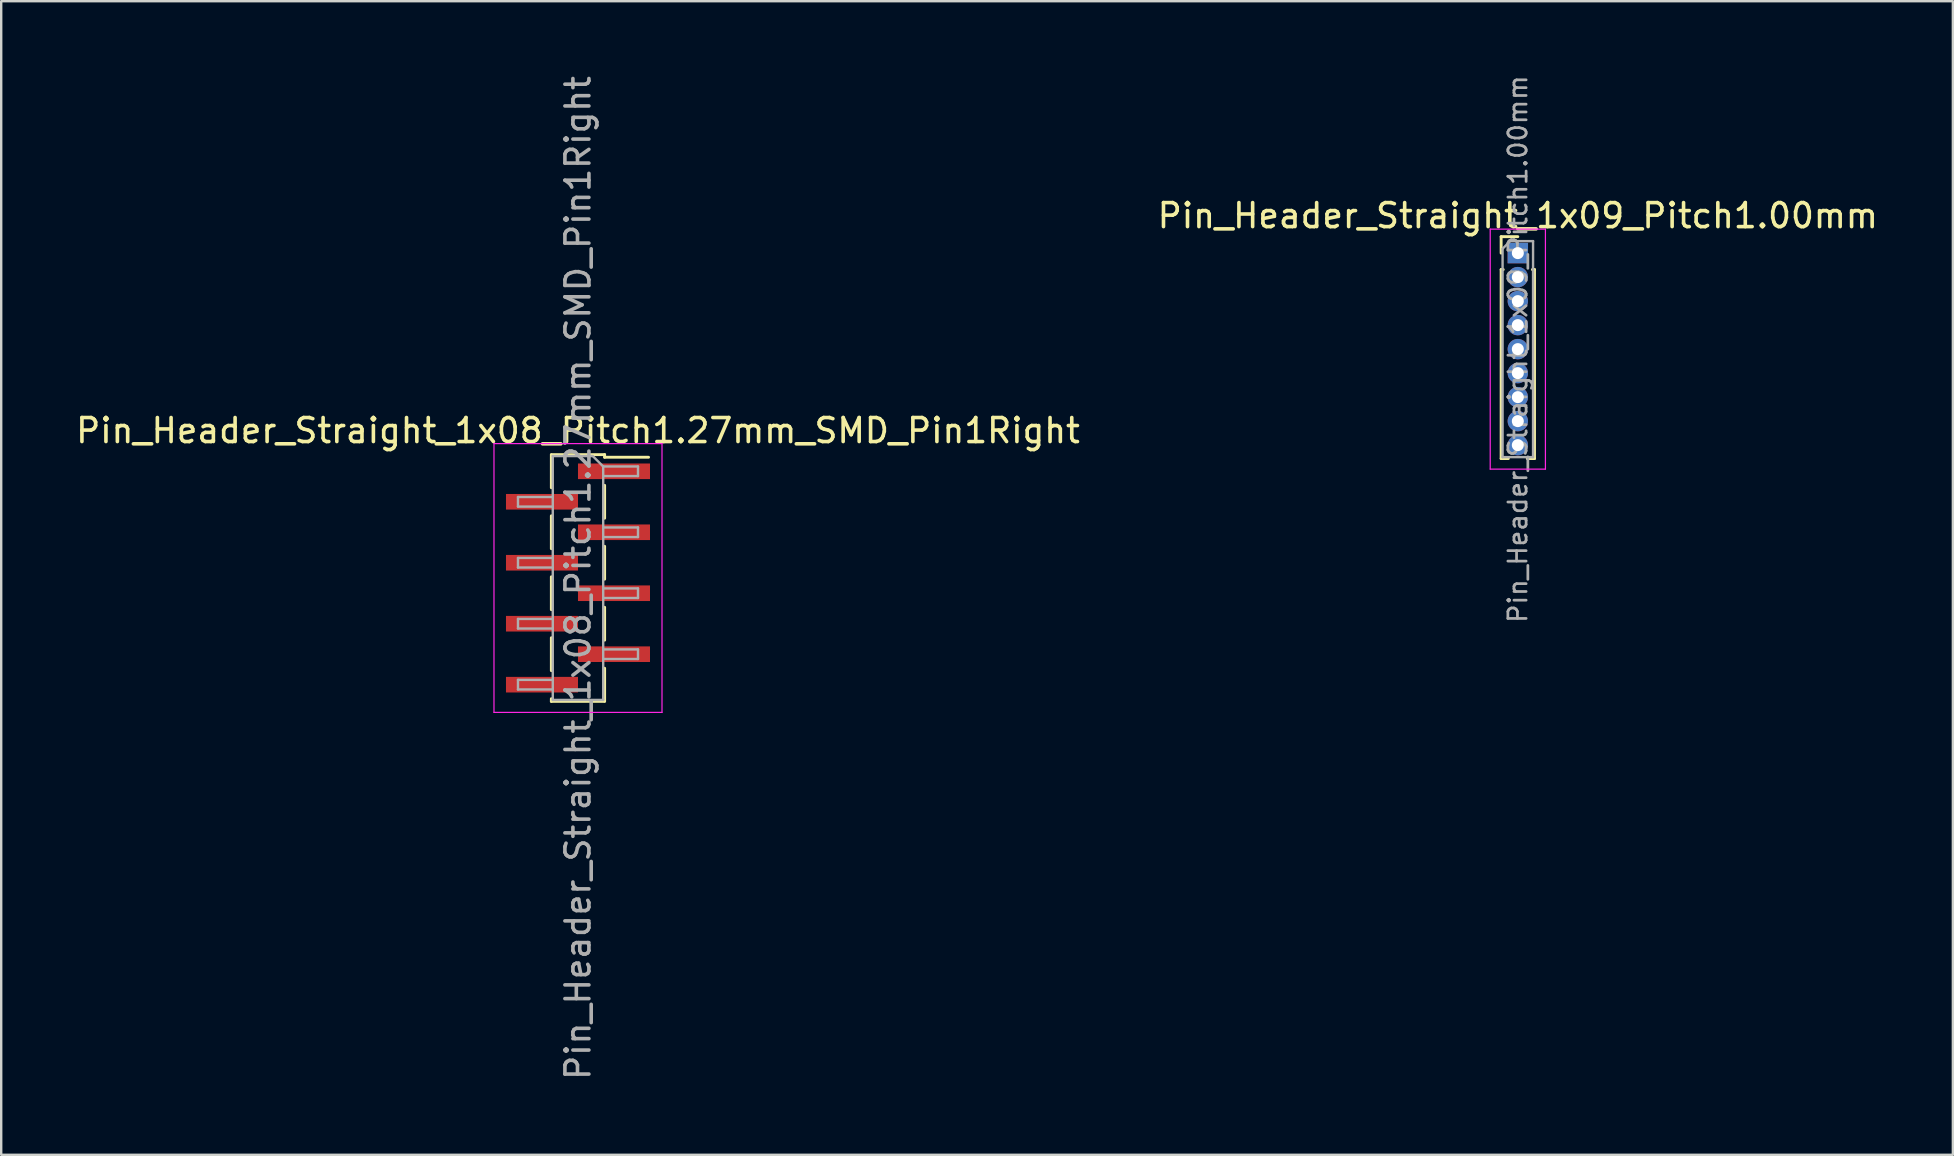
<source format=kicad_pcb>
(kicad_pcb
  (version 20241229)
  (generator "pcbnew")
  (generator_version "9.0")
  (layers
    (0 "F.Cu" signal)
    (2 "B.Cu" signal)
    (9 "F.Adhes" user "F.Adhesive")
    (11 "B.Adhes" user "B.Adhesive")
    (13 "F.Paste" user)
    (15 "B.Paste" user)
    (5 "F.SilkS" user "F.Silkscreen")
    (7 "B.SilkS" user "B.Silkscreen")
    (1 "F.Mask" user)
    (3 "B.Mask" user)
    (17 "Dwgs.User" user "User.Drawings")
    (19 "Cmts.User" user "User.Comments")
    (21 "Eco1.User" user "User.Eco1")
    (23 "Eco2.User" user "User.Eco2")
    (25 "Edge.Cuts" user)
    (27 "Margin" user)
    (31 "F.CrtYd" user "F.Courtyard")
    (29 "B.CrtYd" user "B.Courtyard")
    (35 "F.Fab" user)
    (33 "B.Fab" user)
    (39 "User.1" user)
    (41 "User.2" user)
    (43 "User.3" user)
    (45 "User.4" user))
  (footprint "Pin_Header_Straight_1x09_Pitch1.00mm"
    (layer "F.Cu")
    (at 60.185 7.495)
    (property "Reference" "Pin_Header_Straight_1x09_Pitch1.00mm" (at 0 -1.56 0) (layer "F.SilkS") (effects (font (size 1 1) (thickness 0.15))))
    (attr through_hole)
    (fp_line (start -0.695 -0.685) (end 0 -0.685) (stroke (width 0.12) (type solid)) (layer "F.SilkS"))
    (fp_line (start -0.695 0) (end -0.695 -0.685) (stroke (width 0.12) (type solid)) (layer "F.SilkS"))
    (fp_line (start -0.695 0.685) (end -0.695 8.56) (stroke (width 0.12) (type solid)) (layer "F.SilkS"))
    (fp_line (start -0.695 0.685) (end -0.608 0.685) (stroke (width 0.12) (type solid)) (layer "F.SilkS"))
    (fp_line (start -0.695 8.56) (end -0.394 8.56) (stroke (width 0.12) (type solid)) (layer "F.SilkS"))
    (fp_line (start 0.394 8.56) (end 0.695 8.56) (stroke (width 0.12) (type solid)) (layer "F.SilkS"))
    (fp_line (start 0.608 0.685) (end 0.695 0.685) (stroke (width 0.12) (type solid)) (layer "F.SilkS"))
    (fp_line (start 0.695 0.685) (end 0.695 8.56) (stroke (width 0.12) (type solid)) (layer "F.SilkS"))
    (fp_line (start -1.15 -1) (end -1.15 9) (stroke (width 0.05) (type solid)) (layer "F.CrtYd"))
    (fp_line (start -1.15 9) (end 1.15 9) (stroke (width 0.05) (type solid)) (layer "F.CrtYd"))
    (fp_line (start 1.15 -1) (end -1.15 -1) (stroke (width 0.05) (type solid)) (layer "F.CrtYd"))
    (fp_line (start 1.15 9) (end 1.15 -1) (stroke (width 0.05) (type solid)) (layer "F.CrtYd"))
    (fp_line (start -0.635 -0.182) (end -0.318 -0.5) (stroke (width 0.1) (type solid)) (layer "F.Fab"))
    (fp_line (start -0.635 8.5) (end -0.635 -0.182) (stroke (width 0.1) (type solid)) (layer "F.Fab"))
    (fp_line (start -0.318 -0.5) (end 0.635 -0.5) (stroke (width 0.1) (type solid)) (layer "F.Fab"))
    (fp_line (start 0.635 -0.5) (end 0.635 8.5) (stroke (width 0.1) (type solid)) (layer "F.Fab"))
    (fp_line (start 0.635 8.5) (end -0.635 8.5) (stroke (width 0.1) (type solid)) (layer "F.Fab"))
    (fp_text user "${REFERENCE}" (at 0 4 90) (layer "F.Fab") (effects (font (size 0.76 0.76) (thickness 0.114))))
    (pad "1" thru_hole rect (at 0 0) (size 0.85 0.85) (drill 0.5) (layers "*.Cu" "*.Mask"))
    (pad "2" thru_hole oval (at 0 1) (size 0.85 0.85) (drill 0.5) (layers "*.Cu" "*.Mask"))
    (pad "3" thru_hole oval (at 0 2) (size 0.85 0.85) (drill 0.5) (layers "*.Cu" "*.Mask"))
    (pad "4" thru_hole oval (at 0 3) (size 0.85 0.85) (drill 0.5) (layers "*.Cu" "*.Mask"))
    (pad "5" thru_hole oval (at 0 4) (size 0.85 0.85) (drill 0.5) (layers "*.Cu" "*.Mask"))
    (pad "6" thru_hole oval (at 0 5) (size 0.85 0.85) (drill 0.5) (layers "*.Cu" "*.Mask"))
    (pad "7" thru_hole oval (at 0 6) (size 0.85 0.85) (drill 0.5) (layers "*.Cu" "*.Mask"))
    (pad "8" thru_hole oval (at 0 7) (size 0.85 0.85) (drill 0.5) (layers "*.Cu" "*.Mask"))
    (pad "9" thru_hole oval (at 0 8) (size 0.85 0.85) (drill 0.5) (layers "*.Cu" "*.Mask")))
  (footprint "Pin_Header_Straight_1x08_Pitch1.27mm_SMD_Pin1Right"
    (layer "F.Cu")
    (at 21.03 21.03)
    (property "Reference" "Pin_Header_Straight_1x08_Pitch1.27mm_SMD_Pin1Right" (at 0 -6.14 0) (layer "F.SilkS") (effects (font (size 1 1) (thickness 0.15))))
    (attr smd)
    (fp_line (start -1.11 -5.14) (end 1.11 -5.14) (stroke (width 0.12) (type solid)) (layer "F.SilkS"))
    (fp_line (start -1.11 -5.13) (end -1.11 -3.76) (stroke (width 0.12) (type solid)) (layer "F.SilkS"))
    (fp_line (start -1.11 -2.59) (end -1.11 -1.22) (stroke (width 0.12) (type solid)) (layer "F.SilkS"))
    (fp_line (start -1.11 -0.05) (end -1.11 1.32) (stroke (width 0.12) (type solid)) (layer "F.SilkS"))
    (fp_line (start -1.11 2.49) (end -1.11 3.86) (stroke (width 0.12) (type solid)) (layer "F.SilkS"))
    (fp_line (start -1.11 5.03) (end -1.11 5.14) (stroke (width 0.12) (type solid)) (layer "F.SilkS"))
    (fp_line (start -1.11 5.14) (end 1.11 5.14) (stroke (width 0.12) (type solid)) (layer "F.SilkS"))
    (fp_line (start 1.11 -5.14) (end 1.11 -5.03) (stroke (width 0.12) (type solid)) (layer "F.SilkS"))
    (fp_line (start 1.11 -5.03) (end 2.94 -5.03) (stroke (width 0.12) (type solid)) (layer "F.SilkS"))
    (fp_line (start 1.11 -3.86) (end 1.11 -2.49) (stroke (width 0.12) (type solid)) (layer "F.SilkS"))
    (fp_line (start 1.11 -1.32) (end 1.11 0.05) (stroke (width 0.12) (type solid)) (layer "F.SilkS"))
    (fp_line (start 1.11 1.22) (end 1.11 2.59) (stroke (width 0.12) (type solid)) (layer "F.SilkS"))
    (fp_line (start 1.11 3.76) (end 1.11 5.13) (stroke (width 0.12) (type solid)) (layer "F.SilkS"))
    (fp_line (start -3.5 -5.6) (end -3.5 5.6) (stroke (width 0.05) (type solid)) (layer "F.CrtYd"))
    (fp_line (start -3.5 5.6) (end 3.5 5.6) (stroke (width 0.05) (type solid)) (layer "F.CrtYd"))
    (fp_line (start 3.5 -5.6) (end -3.5 -5.6) (stroke (width 0.05) (type solid)) (layer "F.CrtYd"))
    (fp_line (start 3.5 5.6) (end 3.5 -5.6) (stroke (width 0.05) (type solid)) (layer "F.CrtYd"))
    (fp_line (start -2.5 -3.375) (end -2.5 -2.975) (stroke (width 0.1) (type solid)) (layer "F.Fab"))
    (fp_line (start -2.5 -2.975) (end -1.05 -2.975) (stroke (width 0.1) (type solid)) (layer "F.Fab"))
    (fp_line (start -2.5 -0.835) (end -2.5 -0.435) (stroke (width 0.1) (type solid)) (layer "F.Fab"))
    (fp_line (start -2.5 -0.435) (end -1.05 -0.435) (stroke (width 0.1) (type solid)) (layer "F.Fab"))
    (fp_line (start -2.5 1.705) (end -2.5 2.105) (stroke (width 0.1) (type solid)) (layer "F.Fab"))
    (fp_line (start -2.5 2.105) (end -1.05 2.105) (stroke (width 0.1) (type solid)) (layer "F.Fab"))
    (fp_line (start -2.5 4.245) (end -2.5 4.645) (stroke (width 0.1) (type solid)) (layer "F.Fab"))
    (fp_line (start -2.5 4.645) (end -1.05 4.645) (stroke (width 0.1) (type solid)) (layer "F.Fab"))
    (fp_line (start -1.05 -5.08) (end -1.05 5.08) (stroke (width 0.1) (type solid)) (layer "F.Fab"))
    (fp_line (start -1.05 -5.08) (end 0.615 -5.08) (stroke (width 0.1) (type solid)) (layer "F.Fab"))
    (fp_line (start -1.05 -3.375) (end -2.5 -3.375) (stroke (width 0.1) (type solid)) (layer "F.Fab"))
    (fp_line (start -1.05 -0.835) (end -2.5 -0.835) (stroke (width 0.1) (type solid)) (layer "F.Fab"))
    (fp_line (start -1.05 1.705) (end -2.5 1.705) (stroke (width 0.1) (type solid)) (layer "F.Fab"))
    (fp_line (start -1.05 4.245) (end -2.5 4.245) (stroke (width 0.1) (type solid)) (layer "F.Fab"))
    (fp_line (start 1.05 -4.645) (end 0.615 -5.08) (stroke (width 0.1) (type solid)) (layer "F.Fab"))
    (fp_line (start 1.05 -4.645) (end 2.5 -4.645) (stroke (width 0.1) (type solid)) (layer "F.Fab"))
    (fp_line (start 1.05 -2.105) (end 2.5 -2.105) (stroke (width 0.1) (type solid)) (layer "F.Fab"))
    (fp_line (start 1.05 0.435) (end 2.5 0.435) (stroke (width 0.1) (type solid)) (layer "F.Fab"))
    (fp_line (start 1.05 2.975) (end 2.5 2.975) (stroke (width 0.1) (type solid)) (layer "F.Fab"))
    (fp_line (start 1.05 5.08) (end -1.05 5.08) (stroke (width 0.1) (type solid)) (layer "F.Fab"))
    (fp_line (start 1.05 5.08) (end 1.05 -4.645) (stroke (width 0.1) (type solid)) (layer "F.Fab"))
    (fp_line (start 2.5 -4.645) (end 2.5 -4.245) (stroke (width 0.1) (type solid)) (layer "F.Fab"))
    (fp_line (start 2.5 -4.245) (end 1.05 -4.245) (stroke (width 0.1) (type solid)) (layer "F.Fab"))
    (fp_line (start 2.5 -2.105) (end 2.5 -1.705) (stroke (width 0.1) (type solid)) (layer "F.Fab"))
    (fp_line (start 2.5 -1.705) (end 1.05 -1.705) (stroke (width 0.1) (type solid)) (layer "F.Fab"))
    (fp_line (start 2.5 0.435) (end 2.5 0.835) (stroke (width 0.1) (type solid)) (layer "F.Fab"))
    (fp_line (start 2.5 0.835) (end 1.05 0.835) (stroke (width 0.1) (type solid)) (layer "F.Fab"))
    (fp_line (start 2.5 2.975) (end 2.5 3.375) (stroke (width 0.1) (type solid)) (layer "F.Fab"))
    (fp_line (start 2.5 3.375) (end 1.05 3.375) (stroke (width 0.1) (type solid)) (layer "F.Fab"))
    (fp_text user "${REFERENCE}" (at 0 0 90) (layer "F.Fab") (effects (font (size 1 1) (thickness 0.15))))
    (pad "1" smd rect (at 1.5 -4.445) (size 3 0.65) (layers "F.Cu" "F.Mask" "F.Paste"))
    (pad "2" smd rect (at -1.5 -3.175) (size 3 0.65) (layers "F.Cu" "F.Mask" "F.Paste"))
    (pad "3" smd rect (at 1.5 -1.905) (size 3 0.65) (layers "F.Cu" "F.Mask" "F.Paste"))
    (pad "4" smd rect (at -1.5 -0.635) (size 3 0.65) (layers "F.Cu" "F.Mask" "F.Paste"))
    (pad "5" smd rect (at 1.5 0.635) (size 3 0.65) (layers "F.Cu" "F.Mask" "F.Paste"))
    (pad "6" smd rect (at -1.5 1.905) (size 3 0.65) (layers "F.Cu" "F.Mask" "F.Paste"))
    (pad "7" smd rect (at 1.5 3.175) (size 3 0.65) (layers "F.Cu" "F.Mask" "F.Paste"))
    (pad "8" smd rect (at -1.5 4.445) (size 3 0.65) (layers "F.Cu" "F.Mask" "F.Paste")))
  (gr_rect
    (start -3 -3)
    (end 78.31 45.06)
    (stroke (width 0.1) (type default))
    (fill no)
    (layer "Edge.Cuts")))
</source>
